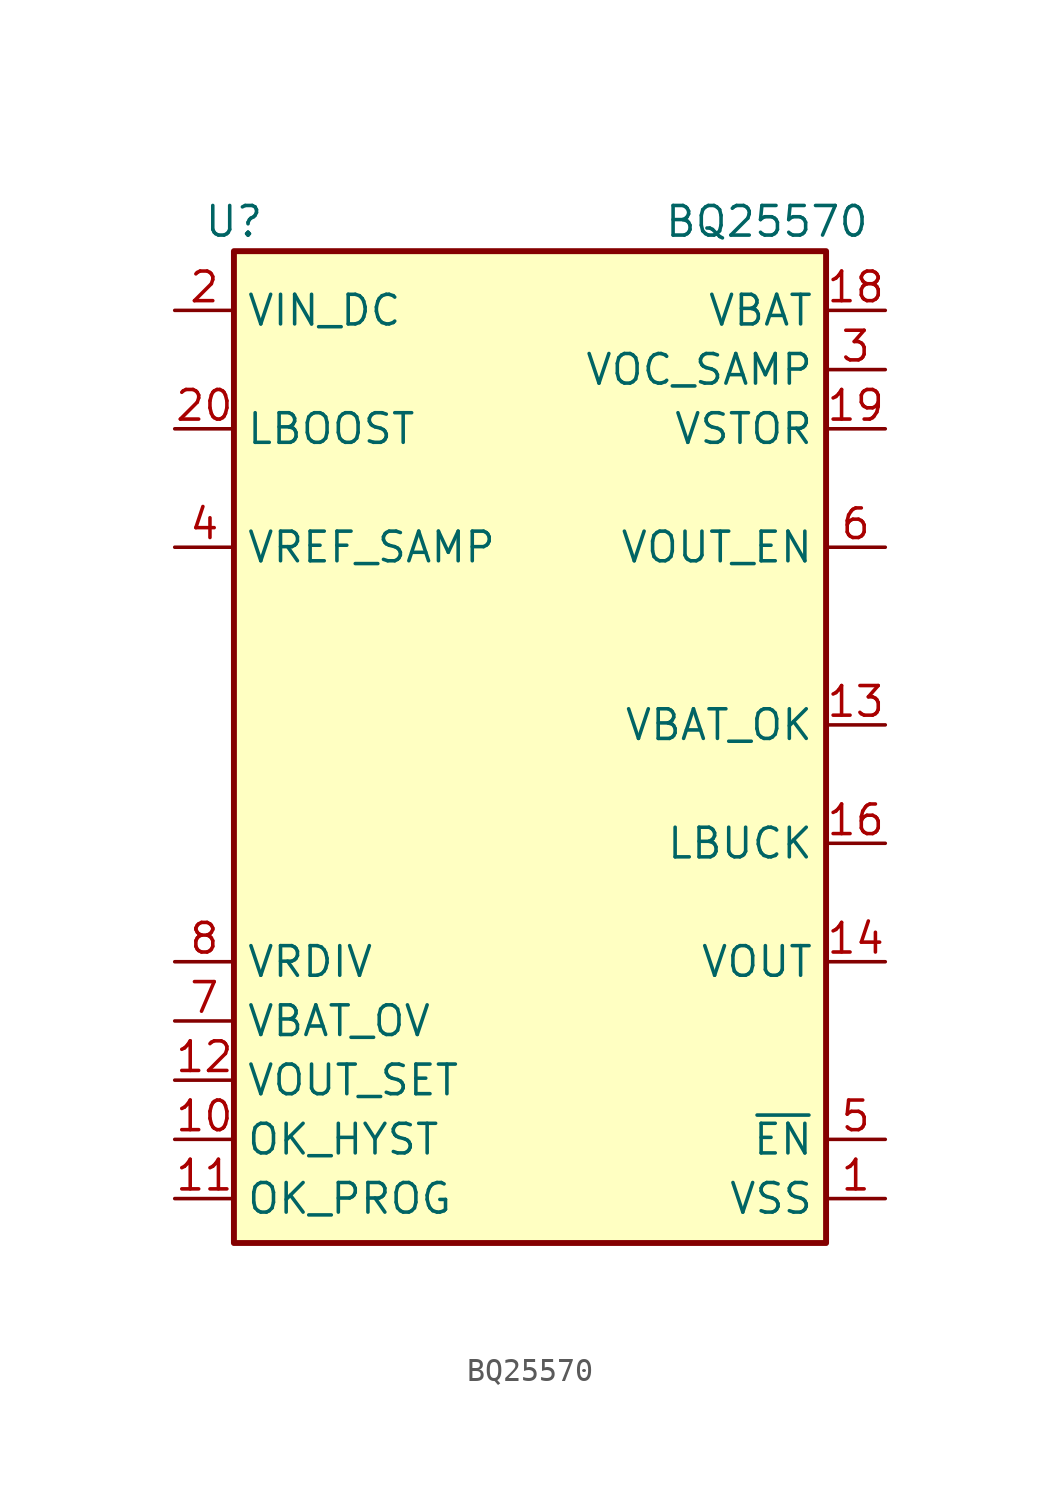
<source format=kicad_sym>
(kicad_symbol_lib
  (version 20241209)
  (generator "kicad_symbol_editor")
  (generator_version "9.0")
  (symbol "BQ25570"
    (property "Reference" "U"
      (at -12.7 16.51 0)
      (effects (font (size 1.27 1.27))))
    (property "Value" "BQ25570"
      (at 10.16 16.51 0)
      (effects (font (size 1.27 1.27))))
    (symbol "BQ25570_0_1"
      (rectangle (start -12.7 15.24) (end 12.7 -27.305) (stroke (width 0.254) (type default)) (fill (type background))))
    (symbol "BQ25570_1_1"
      (pin power_in line (at -15.24 12.7 0) (length 2.54) (name "VIN_DC" (effects (font (size 1.27 1.27)))) (number "2" (effects (font (size 1.27 1.27)))))
      (pin passive line (at -15.24 7.62 0) (length 2.54) (name "LBOOST" (effects (font (size 1.27 1.27)))) (number "20" (effects (font (size 1.27 1.27)))))
      (pin passive line (at -15.24 2.54 0) (length 2.54) (name "VREF_SAMP" (effects (font (size 1.27 1.27)))) (number "4" (effects (font (size 1.27 1.27)))))
      (pin output line (at -15.24 -15.24 0) (length 2.54) (name "VRDIV" (effects (font (size 1.27 1.27)))) (number "8" (effects (font (size 1.27 1.27)))))
      (pin input line (at -15.24 -17.78 0) (length 2.54) (name "VBAT_OV" (effects (font (size 1.27 1.27)))) (number "7" (effects (font (size 1.27 1.27)))))
      (pin input line (at -15.24 -20.32 0) (length 2.54) (name "VOUT_SET" (effects (font (size 1.27 1.27)))) (number "12" (effects (font (size 1.27 1.27)))))
      (pin input line (at -15.24 -22.86 0) (length 2.54) (name "OK_HYST" (effects (font (size 1.27 1.27)))) (number "10" (effects (font (size 1.27 1.27)))))
      (pin input line (at -15.24 -25.4 0) (length 2.54) (name "OK_PROG" (effects (font (size 1.27 1.27)))) (number "11" (effects (font (size 1.27 1.27)))))
      (pin power_in line (at 15.24 12.7 180) (length 2.54) (name "VBAT" (effects (font (size 1.27 1.27)))) (number "18" (effects (font (size 1.27 1.27)))))
      (pin input line (at 15.24 10.16 180) (length 2.54) (name "VOC_SAMP" (effects (font (size 1.27 1.27)))) (number "3" (effects (font (size 1.27 1.27)))))
      (pin power_out line (at 15.24 7.62 180) (length 2.54) (name "VSTOR" (effects (font (size 1.27 1.27)))) (number "19" (effects (font (size 1.27 1.27)))))
      (pin input line (at 15.24 2.54 180) (length 2.54) (name "VOUT_EN" (effects (font (size 1.27 1.27)))) (number "6" (effects (font (size 1.27 1.27)))))
      (pin output line (at 15.24 -5.08 180) (length 2.54) (name "VBAT_OK" (effects (font (size 1.27 1.27)))) (number "13" (effects (font (size 1.27 1.27)))))
      (pin passive line (at 15.24 -10.16 180) (length 2.54) (name "LBUCK" (effects (font (size 1.27 1.27)))) (number "16" (effects (font (size 1.27 1.27)))))
      (pin input line (at 15.24 -15.24 180) (length 2.54) (name "VOUT" (effects (font (size 1.27 1.27)))) (number "14" (effects (font (size 1.27 1.27)))))
      (pin input line (at 15.24 -22.86 180) (length 2.54) (name "~{EN}" (effects (font (size 1.27 1.27)))) (number "5" (effects (font (size 1.27 1.27)))))
      (pin power_in line (at 15.24 -25.4 180) (length 2.54) (name "VSS" (effects (font (size 1.27 1.27)))) (number "1" (effects (font (size 1.27 1.27)))))
      (pin passive line (at 15.24 -25.4 180) (length 2.54) (hide yes) (name "VSS" (effects (font (size 1.27 1.27)))) (number "15" (effects (font (size 1.27 1.27)))))
      (pin passive line (at 15.24 -25.4 180) (length 2.54) (hide yes) (name "VSS" (effects (font (size 1.27 1.27)))) (number "17" (effects (font (size 1.27 1.27)))))
      (pin passive line (at 15.24 -25.4 180) (length 2.54) (hide yes) (name "VSS" (effects (font (size 1.27 1.27)))) (number "21" (effects (font (size 1.27 1.27)))))
      (pin passive line (at 15.24 -25.4 180) (length 2.54) (hide yes) (name "VSS" (effects (font (size 1.27 1.27)))) (number "9" (effects (font (size 1.27 1.27))))))))
</source>
